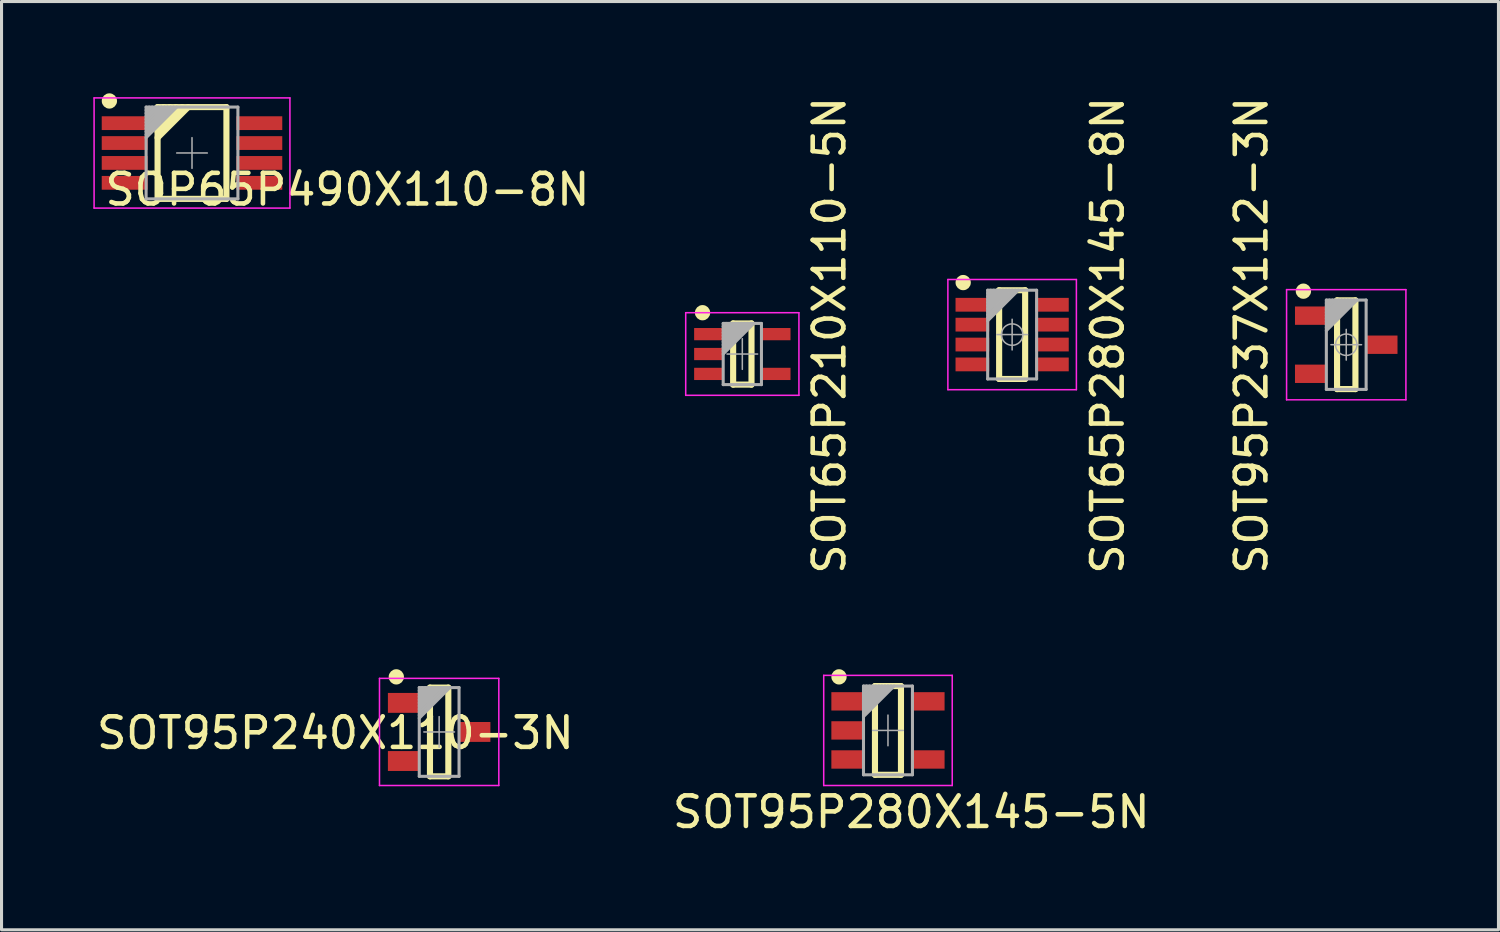
<source format=kicad_pcb>
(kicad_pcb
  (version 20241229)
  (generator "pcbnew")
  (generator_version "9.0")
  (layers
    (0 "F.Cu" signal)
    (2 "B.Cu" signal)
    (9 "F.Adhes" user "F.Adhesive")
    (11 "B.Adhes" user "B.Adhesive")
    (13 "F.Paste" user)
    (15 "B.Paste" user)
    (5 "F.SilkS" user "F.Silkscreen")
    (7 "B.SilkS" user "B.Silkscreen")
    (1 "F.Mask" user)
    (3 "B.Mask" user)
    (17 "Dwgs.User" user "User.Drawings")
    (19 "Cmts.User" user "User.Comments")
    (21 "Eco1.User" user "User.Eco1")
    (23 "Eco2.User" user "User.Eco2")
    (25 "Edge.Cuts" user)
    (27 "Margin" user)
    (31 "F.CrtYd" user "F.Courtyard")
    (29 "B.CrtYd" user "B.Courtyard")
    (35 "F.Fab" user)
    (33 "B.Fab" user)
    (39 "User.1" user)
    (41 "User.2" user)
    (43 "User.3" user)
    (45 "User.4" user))
  (footprint "SOT95P240X110-3N"
    (layer "F.Cu")
    (at 11.302 20.871)
    (property "Reference" "SOT95P240X110-3N" (at -3.391 0.033 0) (layer "F.SilkS") (effects (font (size 1 1) (thickness 0.15))))
    (attr smd)
    (fp_line (start -0.3 -1.45) (end 0.3 -1.45) (stroke (width 0.2) (type solid)) (layer "F.SilkS"))
    (fp_line (start -0.3 1.45) (end -0.3 -1.45) (stroke (width 0.2) (type solid)) (layer "F.SilkS"))
    (fp_line (start -0.3 1.45) (end 0.3 1.45) (stroke (width 0.2) (type solid)) (layer "F.SilkS"))
    (fp_line (start 0.3 1.45) (end 0.3 -1.45) (stroke (width 0.2) (type solid)) (layer "F.SilkS"))
    (fp_circle (center -1.4 -1.8) (end -1.275 -1.8) (stroke (width 0.25) (type solid)) (fill no) (layer "F.SilkS"))
    (fp_line (start -1.95 -1.75) (end 1.95 -1.75) (stroke (width 0.05) (type solid)) (layer "F.CrtYd"))
    (fp_line (start -1.95 1.75) (end -1.95 -1.75) (stroke (width 0.05) (type solid)) (layer "F.CrtYd"))
    (fp_line (start -1.95 1.75) (end 1.95 1.75) (stroke (width 0.05) (type solid)) (layer "F.CrtYd"))
    (fp_line (start 1.95 1.75) (end 1.95 -1.75) (stroke (width 0.05) (type solid)) (layer "F.CrtYd"))
    (fp_line (start -0.65 -1.45) (end 0.65 -1.45) (stroke (width 0.1) (type solid)) (layer "F.Fab"))
    (fp_line (start -0.65 -1.35) (end -0.55 -1.45) (stroke (width 0.1) (type solid)) (layer "F.Fab"))
    (fp_line (start -0.65 -1.25) (end -0.45 -1.45) (stroke (width 0.1) (type solid)) (layer "F.Fab"))
    (fp_line (start -0.65 -1.15) (end -0.35 -1.45) (stroke (width 0.1) (type solid)) (layer "F.Fab"))
    (fp_line (start -0.65 -1.05) (end -0.25 -1.45) (stroke (width 0.1) (type solid)) (layer "F.Fab"))
    (fp_line (start -0.65 -0.95) (end -0.15 -1.45) (stroke (width 0.1) (type solid)) (layer "F.Fab"))
    (fp_line (start -0.65 -0.85) (end -0.05 -1.45) (stroke (width 0.1) (type solid)) (layer "F.Fab"))
    (fp_line (start -0.65 -0.75) (end 0.05 -1.45) (stroke (width 0.1) (type solid)) (layer "F.Fab"))
    (fp_line (start -0.65 -0.65) (end 0.15 -1.45) (stroke (width 0.1) (type solid)) (layer "F.Fab"))
    (fp_line (start -0.65 -0.55) (end 0.25 -1.45) (stroke (width 0.1) (type solid)) (layer "F.Fab"))
    (fp_line (start -0.65 -0.45) (end 0.35 -1.45) (stroke (width 0.1) (type solid)) (layer "F.Fab"))
    (fp_line (start -0.65 1.45) (end -0.65 -1.45) (stroke (width 0.1) (type solid)) (layer "F.Fab"))
    (fp_line (start -0.65 1.45) (end 0.65 1.45) (stroke (width 0.1) (type solid)) (layer "F.Fab"))
    (fp_line (start -0.5 0) (end 0.5 0) (stroke (width 0.05) (type solid)) (layer "F.Fab"))
    (fp_line (start 0 0.5) (end 0 -0.5) (stroke (width 0.05) (type solid)) (layer "F.Fab"))
    (fp_line (start 0.65 1.45) (end 0.65 -1.45) (stroke (width 0.1) (type solid)) (layer "F.Fab"))
    (pad "1" smd rect (at -1.15 -0.95) (size 1.05 0.65) (layers "F.Cu" "F.Mask" "F.Paste"))
    (pad "2" smd rect (at -1.15 0.95) (size 1.05 0.65) (layers "F.Cu" "F.Mask" "F.Paste"))
    (pad "3" smd rect (at 1.15 0) (size 1.05 0.65) (layers "F.Cu" "F.Mask" "F.Paste")))
  (footprint "SOT95P280X145-5N"
    (layer "F.Cu")
    (at 25.97 20.821)
    (property "Reference" "SOT95P280X145-5N" (at 0.762 2.667 0) (layer "F.SilkS") (effects (font (size 1 1) (thickness 0.15))))
    (attr smd)
    (fp_line (start -0.425 -1.45) (end 0.425 -1.45) (stroke (width 0.2) (type solid)) (layer "F.SilkS"))
    (fp_line (start -0.425 1.45) (end -0.425 -1.45) (stroke (width 0.2) (type solid)) (layer "F.SilkS"))
    (fp_line (start -0.425 1.45) (end 0.425 1.45) (stroke (width 0.2) (type solid)) (layer "F.SilkS"))
    (fp_line (start 0.425 1.45) (end 0.425 -1.45) (stroke (width 0.2) (type solid)) (layer "F.SilkS"))
    (fp_circle (center -1.6 -1.75) (end -1.475 -1.75) (stroke (width 0.25) (type solid)) (fill no) (layer "F.SilkS"))
    (fp_line (start -2.1 -1.8) (end 2.1 -1.8) (stroke (width 0.05) (type solid)) (layer "F.CrtYd"))
    (fp_line (start -2.1 1.8) (end -2.1 -1.8) (stroke (width 0.05) (type solid)) (layer "F.CrtYd"))
    (fp_line (start -2.1 1.8) (end 2.1 1.8) (stroke (width 0.05) (type solid)) (layer "F.CrtYd"))
    (fp_line (start 2.1 1.8) (end 2.1 -1.8) (stroke (width 0.05) (type solid)) (layer "F.CrtYd"))
    (fp_line (start -0.8 -1.45) (end 0.8 -1.45) (stroke (width 0.1) (type solid)) (layer "F.Fab"))
    (fp_line (start -0.8 -1.35) (end -0.7 -1.45) (stroke (width 0.1) (type solid)) (layer "F.Fab"))
    (fp_line (start -0.8 -1.25) (end -0.6 -1.45) (stroke (width 0.1) (type solid)) (layer "F.Fab"))
    (fp_line (start -0.8 -1.15) (end -0.5 -1.45) (stroke (width 0.1) (type solid)) (layer "F.Fab"))
    (fp_line (start -0.8 -1.05) (end -0.4 -1.45) (stroke (width 0.1) (type solid)) (layer "F.Fab"))
    (fp_line (start -0.8 -0.95) (end -0.3 -1.45) (stroke (width 0.1) (type solid)) (layer "F.Fab"))
    (fp_line (start -0.8 -0.85) (end -0.2 -1.45) (stroke (width 0.1) (type solid)) (layer "F.Fab"))
    (fp_line (start -0.8 -0.75) (end -0.1 -1.45) (stroke (width 0.1) (type solid)) (layer "F.Fab"))
    (fp_line (start -0.8 -0.65) (end 0 -1.45) (stroke (width 0.1) (type solid)) (layer "F.Fab"))
    (fp_line (start -0.8 -0.55) (end 0.1 -1.45) (stroke (width 0.1) (type solid)) (layer "F.Fab"))
    (fp_line (start -0.8 -0.45) (end 0.2 -1.45) (stroke (width 0.1) (type solid)) (layer "F.Fab"))
    (fp_line (start -0.8 1.45) (end -0.8 -1.45) (stroke (width 0.1) (type solid)) (layer "F.Fab"))
    (fp_line (start -0.8 1.45) (end 0.8 1.45) (stroke (width 0.1) (type solid)) (layer "F.Fab"))
    (fp_line (start -0.5 0) (end 0.5 0) (stroke (width 0.05) (type solid)) (layer "F.Fab"))
    (fp_line (start 0 0.5) (end 0 -0.5) (stroke (width 0.05) (type solid)) (layer "F.Fab"))
    (fp_line (start 0.8 1.45) (end 0.8 -1.45) (stroke (width 0.1) (type solid)) (layer "F.Fab"))
    (pad "1" smd rect (at -1.3 -0.95) (size 1.1 0.6) (layers "F.Cu" "F.Mask" "F.Paste"))
    (pad "2" smd rect (at -1.3 0) (size 1.1 0.6) (layers "F.Cu" "F.Mask" "F.Paste"))
    (pad "3" smd rect (at -1.3 0.95) (size 1.1 0.6) (layers "F.Cu" "F.Mask" "F.Paste"))
    (pad "4" smd rect (at 1.3 0.95) (size 1.1 0.6) (layers "F.Cu" "F.Mask" "F.Paste"))
    (pad "5" smd rect (at 1.3 -0.95) (size 1.1 0.6) (layers "F.Cu" "F.Mask" "F.Paste")))
  (footprint "SOT65P210X110-5N"
    (layer "F.Cu")
    (at 21.21 8.52)
    (property "Reference" "SOT65P210X110-5N" (at 2.845 -0.61 270) (layer "F.SilkS") (effects (font (size 1 1) (thickness 0.15))))
    (attr smd)
    (fp_line (start -0.3 -1) (end 0.3 -1) (stroke (width 0.2) (type solid)) (layer "F.SilkS"))
    (fp_line (start -0.3 1) (end -0.3 -1) (stroke (width 0.2) (type solid)) (layer "F.SilkS"))
    (fp_line (start -0.3 1) (end 0.3 1) (stroke (width 0.2) (type solid)) (layer "F.SilkS"))
    (fp_line (start 0.3 1) (end 0.3 -1) (stroke (width 0.2) (type solid)) (layer "F.SilkS"))
    (fp_circle (center -1.3 -1.35) (end -1.175 -1.35) (stroke (width 0.25) (type solid)) (fill no) (layer "F.SilkS"))
    (fp_line (start -1.85 -1.35) (end 1.85 -1.35) (stroke (width 0.05) (type solid)) (layer "F.CrtYd"))
    (fp_line (start -1.85 1.35) (end -1.85 -1.35) (stroke (width 0.05) (type solid)) (layer "F.CrtYd"))
    (fp_line (start -1.85 1.35) (end 1.85 1.35) (stroke (width 0.05) (type solid)) (layer "F.CrtYd"))
    (fp_line (start 1.85 1.35) (end 1.85 -1.35) (stroke (width 0.05) (type solid)) (layer "F.CrtYd"))
    (fp_line (start -0.625 -1) (end 0.625 -1) (stroke (width 0.1) (type solid)) (layer "F.Fab"))
    (fp_line (start -0.625 -0.9) (end -0.525 -1) (stroke (width 0.1) (type solid)) (layer "F.Fab"))
    (fp_line (start -0.625 -0.8) (end -0.425 -1) (stroke (width 0.1) (type solid)) (layer "F.Fab"))
    (fp_line (start -0.625 -0.7) (end -0.325 -1) (stroke (width 0.1) (type solid)) (layer "F.Fab"))
    (fp_line (start -0.625 -0.6) (end -0.225 -1) (stroke (width 0.1) (type solid)) (layer "F.Fab"))
    (fp_line (start -0.625 -0.5) (end -0.125 -1) (stroke (width 0.1) (type solid)) (layer "F.Fab"))
    (fp_line (start -0.625 -0.4) (end -0.025 -1) (stroke (width 0.1) (type solid)) (layer "F.Fab"))
    (fp_line (start -0.625 -0.3) (end 0.075 -1) (stroke (width 0.1) (type solid)) (layer "F.Fab"))
    (fp_line (start -0.625 -0.2) (end 0.175 -1) (stroke (width 0.1) (type solid)) (layer "F.Fab"))
    (fp_line (start -0.625 -0.1) (end 0.275 -1) (stroke (width 0.1) (type solid)) (layer "F.Fab"))
    (fp_line (start -0.625 0) (end 0.375 -1) (stroke (width 0.1) (type solid)) (layer "F.Fab"))
    (fp_line (start -0.625 1) (end -0.625 -1) (stroke (width 0.1) (type solid)) (layer "F.Fab"))
    (fp_line (start -0.625 1) (end 0.625 1) (stroke (width 0.1) (type solid)) (layer "F.Fab"))
    (fp_line (start -0.5 0) (end 0.5 0) (stroke (width 0.05) (type solid)) (layer "F.Fab"))
    (fp_line (start 0 0.5) (end 0 -0.5) (stroke (width 0.05) (type solid)) (layer "F.Fab"))
    (fp_line (start 0.625 1) (end 0.625 -1) (stroke (width 0.1) (type solid)) (layer "F.Fab"))
    (pad "1" smd rect (at -1.1 -0.65) (size 0.95 0.4) (layers "F.Cu" "F.Mask" "F.Paste"))
    (pad "2" smd rect (at -1.1 0) (size 0.95 0.4) (layers "F.Cu" "F.Mask" "F.Paste"))
    (pad "3" smd rect (at -1.1 0.65) (size 0.95 0.4) (layers "F.Cu" "F.Mask" "F.Paste"))
    (pad "4" smd rect (at 1.1 0.65) (size 0.95 0.4) (layers "F.Cu" "F.Mask" "F.Paste"))
    (pad "5" smd rect (at 1.1 -0.65) (size 0.95 0.4) (layers "F.Cu" "F.Mask" "F.Paste")))
  (footprint "SOP65P490X110-8N"
    (layer "F.Cu")
    (at 3.225 1.95)
    (property "Reference" "SOP65P490X110-8N" (at 5.08 1.194 0) (layer "F.SilkS") (effects (font (size 1 1) (thickness 0.15))))
    (attr smd)
    (fp_line (start -1.125 -1.5) (end 1.125 -1.5) (stroke (width 0.2) (type solid)) (layer "F.SilkS"))
    (fp_line (start -1.125 -1.3) (end -0.925 -1.5) (stroke (width 0.2) (type solid)) (layer "F.SilkS"))
    (fp_line (start -1.125 -1.1) (end -0.725 -1.5) (stroke (width 0.2) (type solid)) (layer "F.SilkS"))
    (fp_line (start -1.125 -0.9) (end -0.525 -1.5) (stroke (width 0.2) (type solid)) (layer "F.SilkS"))
    (fp_line (start -1.125 -0.7) (end -0.325 -1.5) (stroke (width 0.2) (type solid)) (layer "F.SilkS"))
    (fp_line (start -1.125 -0.5) (end -0.125 -1.5) (stroke (width 0.2) (type solid)) (layer "F.SilkS"))
    (fp_line (start -1.125 1.5) (end -1.125 -1.5) (stroke (width 0.2) (type solid)) (layer "F.SilkS"))
    (fp_line (start -1.125 1.5) (end 1.125 1.5) (stroke (width 0.2) (type solid)) (layer "F.SilkS"))
    (fp_line (start 1.125 1.5) (end 1.125 -1.5) (stroke (width 0.2) (type solid)) (layer "F.SilkS"))
    (fp_circle (center -2.7 -1.7) (end -2.575 -1.7) (stroke (width 0.25) (type solid)) (fill no) (layer "F.SilkS"))
    (fp_line (start -3.2 -1.8) (end 3.2 -1.8) (stroke (width 0.05) (type solid)) (layer "F.CrtYd"))
    (fp_line (start -3.2 1.8) (end -3.2 -1.8) (stroke (width 0.05) (type solid)) (layer "F.CrtYd"))
    (fp_line (start -3.2 1.8) (end 3.2 1.8) (stroke (width 0.05) (type solid)) (layer "F.CrtYd"))
    (fp_line (start 3.2 1.8) (end 3.2 -1.8) (stroke (width 0.05) (type solid)) (layer "F.CrtYd"))
    (fp_line (start -1.5 -1.5) (end 1.5 -1.5) (stroke (width 0.1) (type solid)) (layer "F.Fab"))
    (fp_line (start -1.5 -1.4) (end -1.4 -1.5) (stroke (width 0.1) (type solid)) (layer "F.Fab"))
    (fp_line (start -1.5 -1.3) (end -1.3 -1.5) (stroke (width 0.1) (type solid)) (layer "F.Fab"))
    (fp_line (start -1.5 -1.2) (end -1.2 -1.5) (stroke (width 0.1) (type solid)) (layer "F.Fab"))
    (fp_line (start -1.5 -1.1) (end -1.1 -1.5) (stroke (width 0.1) (type solid)) (layer "F.Fab"))
    (fp_line (start -1.5 -1) (end -1 -1.5) (stroke (width 0.1) (type solid)) (layer "F.Fab"))
    (fp_line (start -1.5 -0.9) (end -0.9 -1.5) (stroke (width 0.1) (type solid)) (layer "F.Fab"))
    (fp_line (start -1.5 -0.8) (end -0.8 -1.5) (stroke (width 0.1) (type solid)) (layer "F.Fab"))
    (fp_line (start -1.5 -0.7) (end -0.7 -1.5) (stroke (width 0.1) (type solid)) (layer "F.Fab"))
    (fp_line (start -1.5 -0.6) (end -0.6 -1.5) (stroke (width 0.1) (type solid)) (layer "F.Fab"))
    (fp_line (start -1.5 -0.5) (end -0.5 -1.5) (stroke (width 0.1) (type solid)) (layer "F.Fab"))
    (fp_line (start -1.5 1.5) (end -1.5 -1.5) (stroke (width 0.1) (type solid)) (layer "F.Fab"))
    (fp_line (start -1.5 1.5) (end 1.5 1.5) (stroke (width 0.1) (type solid)) (layer "F.Fab"))
    (fp_line (start -0.5 0) (end 0.5 0) (stroke (width 0.05) (type solid)) (layer "F.Fab"))
    (fp_line (start 0 0.5) (end 0 -0.5) (stroke (width 0.05) (type solid)) (layer "F.Fab"))
    (fp_line (start 1.5 1.5) (end 1.5 -1.5) (stroke (width 0.1) (type solid)) (layer "F.Fab"))
    (pad "1" smd rect (at -2.2 -0.975) (size 1.5 0.45) (layers "F.Cu" "F.Mask" "F.Paste"))
    (pad "2" smd rect (at -2.2 -0.325) (size 1.5 0.45) (layers "F.Cu" "F.Mask" "F.Paste"))
    (pad "3" smd rect (at -2.2 0.325) (size 1.5 0.45) (layers "F.Cu" "F.Mask" "F.Paste"))
    (pad "4" smd rect (at -2.2 0.975) (size 1.5 0.45) (layers "F.Cu" "F.Mask" "F.Paste"))
    (pad "5" smd rect (at 2.2 0.975) (size 1.5 0.45) (layers "F.Cu" "F.Mask" "F.Paste"))
    (pad "6" smd rect (at 2.2 0.325) (size 1.5 0.45) (layers "F.Cu" "F.Mask" "F.Paste"))
    (pad "7" smd rect (at 2.2 -0.325) (size 1.5 0.45) (layers "F.Cu" "F.Mask" "F.Paste"))
    (pad "8" smd rect (at 2.2 -0.975) (size 1.5 0.45) (layers "F.Cu" "F.Mask" "F.Paste")))
  (footprint "SOT95P237X112-3N"
    (layer "F.Cu")
    (at 40.947 8.216)
    (property "Reference" "SOT95P237X112-3N" (at -3.099 -0.305 270) (layer "F.SilkS") (effects (font (size 1 1) (thickness 0.15))))
    (attr smd)
    (fp_line (start -0.3 -1.45) (end 0.3 -1.45) (stroke (width 0.2) (type solid)) (layer "F.SilkS"))
    (fp_line (start -0.3 1.45) (end -0.3 -1.45) (stroke (width 0.2) (type solid)) (layer "F.SilkS"))
    (fp_line (start -0.3 1.45) (end 0.3 1.45) (stroke (width 0.2) (type solid)) (layer "F.SilkS"))
    (fp_line (start 0.3 1.45) (end 0.3 -1.45) (stroke (width 0.2) (type solid)) (layer "F.SilkS"))
    (fp_circle (center -1.4 -1.75) (end -1.275 -1.75) (stroke (width 0.25) (type solid)) (fill no) (layer "F.SilkS"))
    (fp_line (start -1.95 -1.8) (end 1.95 -1.8) (stroke (width 0.05) (type solid)) (layer "F.CrtYd"))
    (fp_line (start -1.95 1.8) (end -1.95 -1.8) (stroke (width 0.05) (type solid)) (layer "F.CrtYd"))
    (fp_line (start -1.95 1.8) (end 1.95 1.8) (stroke (width 0.05) (type solid)) (layer "F.CrtYd"))
    (fp_line (start 1.95 1.8) (end 1.95 -1.8) (stroke (width 0.05) (type solid)) (layer "F.CrtYd"))
    (fp_line (start -0.65 -1.46) (end 0.65 -1.46) (stroke (width 0.1) (type solid)) (layer "F.Fab"))
    (fp_line (start -0.65 -1.36) (end -0.55 -1.46) (stroke (width 0.1) (type solid)) (layer "F.Fab"))
    (fp_line (start -0.65 -1.26) (end -0.45 -1.46) (stroke (width 0.1) (type solid)) (layer "F.Fab"))
    (fp_line (start -0.65 -1.16) (end -0.35 -1.46) (stroke (width 0.1) (type solid)) (layer "F.Fab"))
    (fp_line (start -0.65 -1.06) (end -0.25 -1.46) (stroke (width 0.1) (type solid)) (layer "F.Fab"))
    (fp_line (start -0.65 -0.96) (end -0.15 -1.46) (stroke (width 0.1) (type solid)) (layer "F.Fab"))
    (fp_line (start -0.65 -0.86) (end -0.05 -1.46) (stroke (width 0.1) (type solid)) (layer "F.Fab"))
    (fp_line (start -0.65 -0.76) (end 0.05 -1.46) (stroke (width 0.1) (type solid)) (layer "F.Fab"))
    (fp_line (start -0.65 -0.66) (end 0.15 -1.46) (stroke (width 0.1) (type solid)) (layer "F.Fab"))
    (fp_line (start -0.65 -0.56) (end 0.25 -1.46) (stroke (width 0.1) (type solid)) (layer "F.Fab"))
    (fp_line (start -0.65 -0.46) (end 0.35 -1.46) (stroke (width 0.1) (type solid)) (layer "F.Fab"))
    (fp_line (start -0.65 1.46) (end -0.65 -1.46) (stroke (width 0.1) (type solid)) (layer "F.Fab"))
    (fp_line (start -0.65 1.46) (end 0.65 1.46) (stroke (width 0.1) (type solid)) (layer "F.Fab"))
    (fp_line (start -0.5 0) (end 0.5 0) (stroke (width 0.05) (type solid)) (layer "F.Fab"))
    (fp_line (start 0 0.5) (end 0 -0.5) (stroke (width 0.05) (type solid)) (layer "F.Fab"))
    (fp_line (start 0.65 1.46) (end 0.65 -1.46) (stroke (width 0.1) (type solid)) (layer "F.Fab"))
    (fp_circle (center 0 0) (end 0.35 0) (stroke (width 0.05) (type solid)) (fill no) (layer "F.Fab"))
    (pad "1" smd rect (at -1.15 -0.95) (size 1.05 0.6) (layers "F.Cu" "F.Mask" "F.Paste"))
    (pad "2" smd rect (at -1.15 0.95) (size 1.05 0.6) (layers "F.Cu" "F.Mask" "F.Paste"))
    (pad "3" smd rect (at 1.15 0) (size 1.05 0.6) (layers "F.Cu" "F.Mask" "F.Paste")))
  (footprint "SOT65P280X145-8N"
    (layer "F.Cu")
    (at 30.028 7.885)
    (property "Reference" "SOT65P280X145-8N" (at 3.124 0.025 90) (layer "F.SilkS") (effects (font (size 1 1) (thickness 0.15))))
    (attr smd)
    (fp_line (start -0.425 -1.45) (end 0.425 -1.45) (stroke (width 0.2) (type solid)) (layer "F.SilkS"))
    (fp_line (start -0.425 1.45) (end -0.425 -1.45) (stroke (width 0.2) (type solid)) (layer "F.SilkS"))
    (fp_line (start -0.425 1.45) (end 0.425 1.45) (stroke (width 0.2) (type solid)) (layer "F.SilkS"))
    (fp_line (start 0.425 1.45) (end 0.425 -1.45) (stroke (width 0.2) (type solid)) (layer "F.SilkS"))
    (fp_circle (center -1.6 -1.7) (end -1.475 -1.7) (stroke (width 0.25) (type solid)) (fill no) (layer "F.SilkS"))
    (fp_line (start -2.1 -1.8) (end 2.1 -1.8) (stroke (width 0.05) (type solid)) (layer "F.CrtYd"))
    (fp_line (start -2.1 1.8) (end -2.1 -1.8) (stroke (width 0.05) (type solid)) (layer "F.CrtYd"))
    (fp_line (start -2.1 1.8) (end 2.1 1.8) (stroke (width 0.05) (type solid)) (layer "F.CrtYd"))
    (fp_line (start 2.1 1.8) (end 2.1 -1.8) (stroke (width 0.05) (type solid)) (layer "F.CrtYd"))
    (fp_line (start -0.8 -1.45) (end 0.8 -1.45) (stroke (width 0.1) (type solid)) (layer "F.Fab"))
    (fp_line (start -0.8 -1.35) (end -0.7 -1.45) (stroke (width 0.1) (type solid)) (layer "F.Fab"))
    (fp_line (start -0.8 -1.25) (end -0.6 -1.45) (stroke (width 0.1) (type solid)) (layer "F.Fab"))
    (fp_line (start -0.8 -1.15) (end -0.5 -1.45) (stroke (width 0.1) (type solid)) (layer "F.Fab"))
    (fp_line (start -0.8 -1.05) (end -0.4 -1.45) (stroke (width 0.1) (type solid)) (layer "F.Fab"))
    (fp_line (start -0.8 -0.95) (end -0.3 -1.45) (stroke (width 0.1) (type solid)) (layer "F.Fab"))
    (fp_line (start -0.8 -0.85) (end -0.2 -1.45) (stroke (width 0.1) (type solid)) (layer "F.Fab"))
    (fp_line (start -0.8 -0.75) (end -0.1 -1.45) (stroke (width 0.1) (type solid)) (layer "F.Fab"))
    (fp_line (start -0.8 -0.65) (end 0 -1.45) (stroke (width 0.1) (type solid)) (layer "F.Fab"))
    (fp_line (start -0.8 -0.55) (end 0.1 -1.45) (stroke (width 0.1) (type solid)) (layer "F.Fab"))
    (fp_line (start -0.8 -0.45) (end 0.2 -1.45) (stroke (width 0.1) (type solid)) (layer "F.Fab"))
    (fp_line (start -0.8 1.45) (end -0.8 -1.45) (stroke (width 0.1) (type solid)) (layer "F.Fab"))
    (fp_line (start -0.8 1.45) (end 0.8 1.45) (stroke (width 0.1) (type solid)) (layer "F.Fab"))
    (fp_line (start -0.5 0) (end 0.5 0) (stroke (width 0.05) (type solid)) (layer "F.Fab"))
    (fp_line (start 0 0.5) (end 0 -0.5) (stroke (width 0.05) (type solid)) (layer "F.Fab"))
    (fp_line (start 0.8 1.45) (end 0.8 -1.45) (stroke (width 0.1) (type solid)) (layer "F.Fab"))
    (fp_circle (center 0 0) (end 0.35 0) (stroke (width 0.05) (type solid)) (fill no) (layer "F.Fab"))
    (pad "1" smd rect (at -1.3 -0.975) (size 1.1 0.45) (layers "F.Cu" "F.Mask" "F.Paste"))
    (pad "2" smd rect (at -1.3 -0.325) (size 1.1 0.45) (layers "F.Cu" "F.Mask" "F.Paste"))
    (pad "3" smd rect (at -1.3 0.325) (size 1.1 0.45) (layers "F.Cu" "F.Mask" "F.Paste"))
    (pad "4" smd rect (at -1.3 0.975) (size 1.1 0.45) (layers "F.Cu" "F.Mask" "F.Paste"))
    (pad "5" smd rect (at 1.3 0.975) (size 1.1 0.45) (layers "F.Cu" "F.Mask" "F.Paste"))
    (pad "6" smd rect (at 1.3 0.325) (size 1.1 0.45) (layers "F.Cu" "F.Mask" "F.Paste"))
    (pad "7" smd rect (at 1.3 -0.325) (size 1.1 0.45) (layers "F.Cu" "F.Mask" "F.Paste"))
    (pad "8" smd rect (at 1.3 -0.975) (size 1.1 0.45) (layers "F.Cu" "F.Mask" "F.Paste")))
  (gr_rect
    (start -3 -3)
    (end 45.922 27.337)
    (stroke (width 0.1) (type default))
    (fill no)
    (layer "Edge.Cuts")))
</source>
